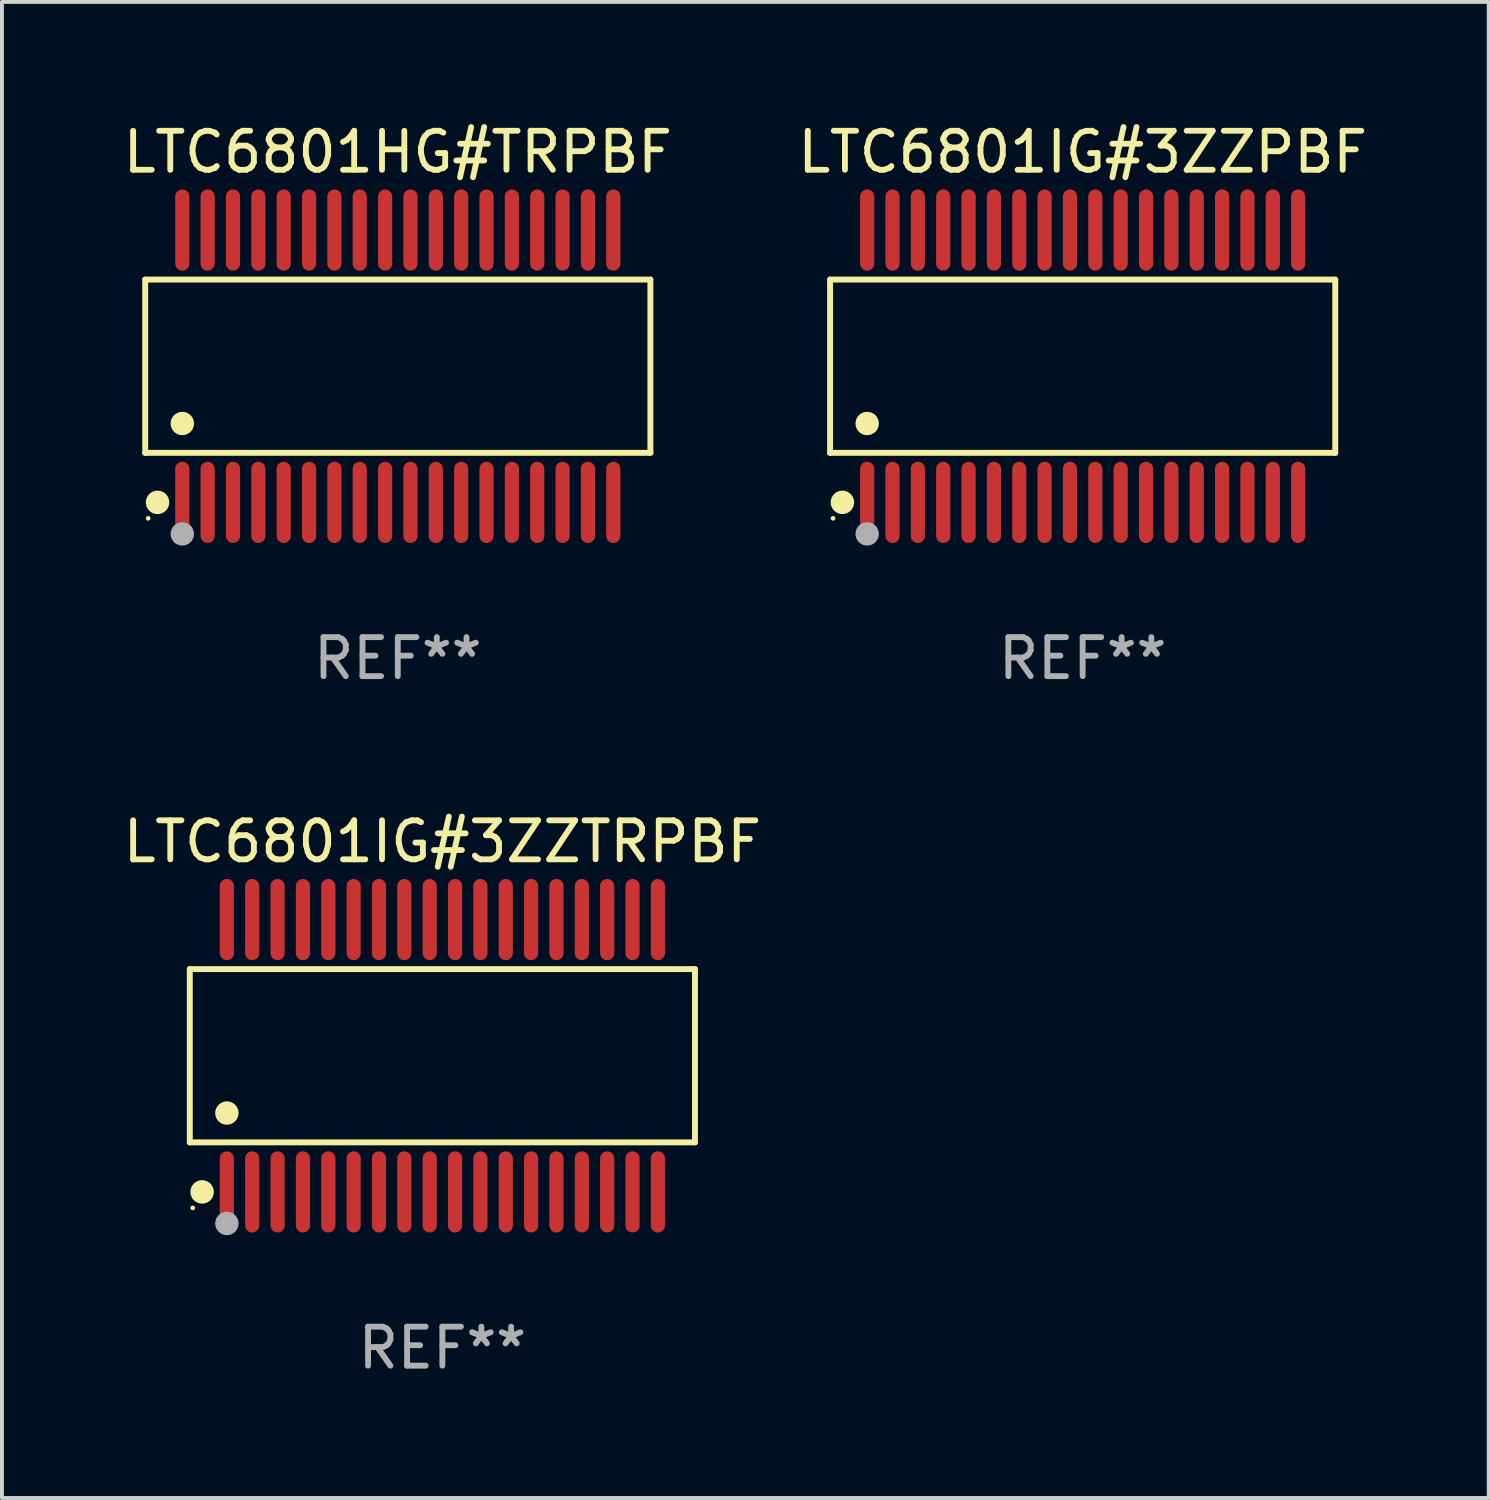
<source format=kicad_pcb>
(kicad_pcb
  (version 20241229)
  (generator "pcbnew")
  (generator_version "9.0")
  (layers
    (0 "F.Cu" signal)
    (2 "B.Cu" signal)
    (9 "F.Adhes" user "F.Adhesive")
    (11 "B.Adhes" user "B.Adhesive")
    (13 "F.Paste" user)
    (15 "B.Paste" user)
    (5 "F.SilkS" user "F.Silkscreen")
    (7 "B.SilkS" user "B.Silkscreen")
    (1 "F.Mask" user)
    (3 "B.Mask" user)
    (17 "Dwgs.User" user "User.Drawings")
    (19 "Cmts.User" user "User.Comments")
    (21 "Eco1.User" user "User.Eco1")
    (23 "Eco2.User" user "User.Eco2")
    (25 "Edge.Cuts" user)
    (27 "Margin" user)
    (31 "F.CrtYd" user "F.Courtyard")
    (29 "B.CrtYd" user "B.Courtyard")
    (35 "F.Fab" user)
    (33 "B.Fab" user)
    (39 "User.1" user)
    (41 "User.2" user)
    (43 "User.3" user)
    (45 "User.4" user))
  (footprint "LTC6801HG#TRPBF"
    (layer "F.Cu")
    (at 7.149 6.339)
    (property "Reference" "LTC6801HG#TRPBF" (at 0 -5.491 0) (layer "F.SilkS") (effects (font (size 1 1) (thickness 0.15))))
    (attr through_hole)
    (fp_line (start -6.476 -2.221) (end 6.476 -2.221) (stroke (width 0.152) (type solid)) (layer "F.SilkS"))
    (fp_line (start -6.476 2.221) (end -6.476 -2.221) (stroke (width 0.152) (type solid)) (layer "F.SilkS"))
    (fp_line (start 6.476 -2.221) (end 6.476 2.221) (stroke (width 0.152) (type solid)) (layer "F.SilkS"))
    (fp_line (start 6.476 2.221) (end -6.476 2.221) (stroke (width 0.152) (type solid)) (layer "F.SilkS"))
    (fp_circle (center -6.4 3.9) (end -6.37 3.9) (stroke (width 0.06) (type solid)) (fill no) (layer "F.SilkS"))
    (fp_circle (center -6.16 3.491) (end -6.009 3.491) (stroke (width 0.3) (type solid)) (fill no) (layer "F.SilkS"))
    (fp_circle (center -5.525 1.469) (end -5.375 1.469) (stroke (width 0.3) (type solid)) (fill no) (layer "F.SilkS"))
    (fp_circle (center -5.525 4.3) (end -5.375 4.3) (stroke (width 0.3) (type solid)) (fill no) (layer "F.Fab"))
    (fp_text user "REF**" (at 0 7.491 0) (layer "F.Fab") (effects (font (size 1 1) (thickness 0.15))))
    (pad "1" smd oval (at -5.525 3.491) (size 0.364 2.082) (layers "F.Cu" "F.Mask" "F.Paste"))
    (pad "2" smd oval (at -4.875 3.491) (size 0.364 2.082) (layers "F.Cu" "F.Mask" "F.Paste"))
    (pad "3" smd oval (at -4.225 3.491) (size 0.364 2.082) (layers "F.Cu" "F.Mask" "F.Paste"))
    (pad "4" smd oval (at -3.575 3.491) (size 0.364 2.082) (layers "F.Cu" "F.Mask" "F.Paste"))
    (pad "5" smd oval (at -2.925 3.491) (size 0.364 2.082) (layers "F.Cu" "F.Mask" "F.Paste"))
    (pad "6" smd oval (at -2.275 3.491) (size 0.364 2.082) (layers "F.Cu" "F.Mask" "F.Paste"))
    (pad "7" smd oval (at -1.625 3.491) (size 0.364 2.082) (layers "F.Cu" "F.Mask" "F.Paste"))
    (pad "8" smd oval (at -0.975 3.491) (size 0.364 2.082) (layers "F.Cu" "F.Mask" "F.Paste"))
    (pad "9" smd oval (at -0.325 3.491) (size 0.364 2.082) (layers "F.Cu" "F.Mask" "F.Paste"))
    (pad "10" smd oval (at 0.325 3.491) (size 0.364 2.082) (layers "F.Cu" "F.Mask" "F.Paste"))
    (pad "11" smd oval (at 0.975 3.491) (size 0.364 2.082) (layers "F.Cu" "F.Mask" "F.Paste"))
    (pad "12" smd oval (at 1.625 3.491) (size 0.364 2.082) (layers "F.Cu" "F.Mask" "F.Paste"))
    (pad "13" smd oval (at 2.275 3.491) (size 0.364 2.082) (layers "F.Cu" "F.Mask" "F.Paste"))
    (pad "14" smd oval (at 2.925 3.491) (size 0.364 2.082) (layers "F.Cu" "F.Mask" "F.Paste"))
    (pad "15" smd oval (at 3.575 3.491) (size 0.364 2.082) (layers "F.Cu" "F.Mask" "F.Paste"))
    (pad "16" smd oval (at 4.225 3.491) (size 0.364 2.082) (layers "F.Cu" "F.Mask" "F.Paste"))
    (pad "17" smd oval (at 4.875 3.491) (size 0.364 2.082) (layers "F.Cu" "F.Mask" "F.Paste"))
    (pad "18" smd oval (at 5.525 3.491) (size 0.364 2.082) (layers "F.Cu" "F.Mask" "F.Paste"))
    (pad "19" smd oval (at 5.525 -3.491) (size 0.364 2.082) (layers "F.Cu" "F.Mask" "F.Paste"))
    (pad "20" smd oval (at 4.875 -3.491) (size 0.364 2.082) (layers "F.Cu" "F.Mask" "F.Paste"))
    (pad "21" smd oval (at 4.225 -3.491) (size 0.364 2.082) (layers "F.Cu" "F.Mask" "F.Paste"))
    (pad "22" smd oval (at 3.575 -3.491) (size 0.364 2.082) (layers "F.Cu" "F.Mask" "F.Paste"))
    (pad "23" smd oval (at 2.925 -3.491) (size 0.364 2.082) (layers "F.Cu" "F.Mask" "F.Paste"))
    (pad "24" smd oval (at 2.275 -3.491) (size 0.364 2.082) (layers "F.Cu" "F.Mask" "F.Paste"))
    (pad "25" smd oval (at 1.625 -3.491) (size 0.364 2.082) (layers "F.Cu" "F.Mask" "F.Paste"))
    (pad "26" smd oval (at 0.975 -3.491) (size 0.364 2.082) (layers "F.Cu" "F.Mask" "F.Paste"))
    (pad "27" smd oval (at 0.325 -3.491) (size 0.364 2.082) (layers "F.Cu" "F.Mask" "F.Paste"))
    (pad "28" smd oval (at -0.325 -3.491) (size 0.364 2.082) (layers "F.Cu" "F.Mask" "F.Paste"))
    (pad "29" smd oval (at -0.975 -3.491) (size 0.364 2.082) (layers "F.Cu" "F.Mask" "F.Paste"))
    (pad "30" smd oval (at -1.625 -3.491) (size 0.364 2.082) (layers "F.Cu" "F.Mask" "F.Paste"))
    (pad "31" smd oval (at -2.275 -3.491) (size 0.364 2.082) (layers "F.Cu" "F.Mask" "F.Paste"))
    (pad "32" smd oval (at -2.925 -3.491) (size 0.364 2.082) (layers "F.Cu" "F.Mask" "F.Paste"))
    (pad "33" smd oval (at -3.575 -3.491) (size 0.364 2.082) (layers "F.Cu" "F.Mask" "F.Paste"))
    (pad "34" smd oval (at -4.225 -3.491) (size 0.364 2.082) (layers "F.Cu" "F.Mask" "F.Paste"))
    (pad "35" smd oval (at -4.875 -3.491) (size 0.364 2.082) (layers "F.Cu" "F.Mask" "F.Paste"))
    (pad "36" smd oval (at -5.525 -3.491) (size 0.364 2.082) (layers "F.Cu" "F.Mask" "F.Paste")))
  (footprint "LTC6801IG#3ZZTRPBF"
    (layer "F.Cu")
    (at 8.292 24.018)
    (property "Reference" "LTC6801IG#3ZZTRPBF" (at 0 -5.491 0) (layer "F.SilkS") (effects (font (size 1 1) (thickness 0.15))))
    (attr through_hole)
    (fp_line (start -6.476 -2.221) (end 6.476 -2.221) (stroke (width 0.152) (type solid)) (layer "F.SilkS"))
    (fp_line (start -6.476 2.221) (end -6.476 -2.221) (stroke (width 0.152) (type solid)) (layer "F.SilkS"))
    (fp_line (start 6.476 -2.221) (end 6.476 2.221) (stroke (width 0.152) (type solid)) (layer "F.SilkS"))
    (fp_line (start 6.476 2.221) (end -6.476 2.221) (stroke (width 0.152) (type solid)) (layer "F.SilkS"))
    (fp_circle (center -6.4 3.9) (end -6.37 3.9) (stroke (width 0.06) (type solid)) (fill no) (layer "F.SilkS"))
    (fp_circle (center -6.16 3.491) (end -6.009 3.491) (stroke (width 0.3) (type solid)) (fill no) (layer "F.SilkS"))
    (fp_circle (center -5.525 1.469) (end -5.375 1.469) (stroke (width 0.3) (type solid)) (fill no) (layer "F.SilkS"))
    (fp_circle (center -5.525 4.3) (end -5.375 4.3) (stroke (width 0.3) (type solid)) (fill no) (layer "F.Fab"))
    (fp_text user "REF**" (at 0 7.491 0) (layer "F.Fab") (effects (font (size 1 1) (thickness 0.15))))
    (pad "1" smd oval (at -5.525 3.491) (size 0.364 2.082) (layers "F.Cu" "F.Mask" "F.Paste"))
    (pad "2" smd oval (at -4.875 3.491) (size 0.364 2.082) (layers "F.Cu" "F.Mask" "F.Paste"))
    (pad "3" smd oval (at -4.225 3.491) (size 0.364 2.082) (layers "F.Cu" "F.Mask" "F.Paste"))
    (pad "4" smd oval (at -3.575 3.491) (size 0.364 2.082) (layers "F.Cu" "F.Mask" "F.Paste"))
    (pad "5" smd oval (at -2.925 3.491) (size 0.364 2.082) (layers "F.Cu" "F.Mask" "F.Paste"))
    (pad "6" smd oval (at -2.275 3.491) (size 0.364 2.082) (layers "F.Cu" "F.Mask" "F.Paste"))
    (pad "7" smd oval (at -1.625 3.491) (size 0.364 2.082) (layers "F.Cu" "F.Mask" "F.Paste"))
    (pad "8" smd oval (at -0.975 3.491) (size 0.364 2.082) (layers "F.Cu" "F.Mask" "F.Paste"))
    (pad "9" smd oval (at -0.325 3.491) (size 0.364 2.082) (layers "F.Cu" "F.Mask" "F.Paste"))
    (pad "10" smd oval (at 0.325 3.491) (size 0.364 2.082) (layers "F.Cu" "F.Mask" "F.Paste"))
    (pad "11" smd oval (at 0.975 3.491) (size 0.364 2.082) (layers "F.Cu" "F.Mask" "F.Paste"))
    (pad "12" smd oval (at 1.625 3.491) (size 0.364 2.082) (layers "F.Cu" "F.Mask" "F.Paste"))
    (pad "13" smd oval (at 2.275 3.491) (size 0.364 2.082) (layers "F.Cu" "F.Mask" "F.Paste"))
    (pad "14" smd oval (at 2.925 3.491) (size 0.364 2.082) (layers "F.Cu" "F.Mask" "F.Paste"))
    (pad "15" smd oval (at 3.575 3.491) (size 0.364 2.082) (layers "F.Cu" "F.Mask" "F.Paste"))
    (pad "16" smd oval (at 4.225 3.491) (size 0.364 2.082) (layers "F.Cu" "F.Mask" "F.Paste"))
    (pad "17" smd oval (at 4.875 3.491) (size 0.364 2.082) (layers "F.Cu" "F.Mask" "F.Paste"))
    (pad "18" smd oval (at 5.525 3.491) (size 0.364 2.082) (layers "F.Cu" "F.Mask" "F.Paste"))
    (pad "19" smd oval (at 5.525 -3.491) (size 0.364 2.082) (layers "F.Cu" "F.Mask" "F.Paste"))
    (pad "20" smd oval (at 4.875 -3.491) (size 0.364 2.082) (layers "F.Cu" "F.Mask" "F.Paste"))
    (pad "21" smd oval (at 4.225 -3.491) (size 0.364 2.082) (layers "F.Cu" "F.Mask" "F.Paste"))
    (pad "22" smd oval (at 3.575 -3.491) (size 0.364 2.082) (layers "F.Cu" "F.Mask" "F.Paste"))
    (pad "23" smd oval (at 2.925 -3.491) (size 0.364 2.082) (layers "F.Cu" "F.Mask" "F.Paste"))
    (pad "24" smd oval (at 2.275 -3.491) (size 0.364 2.082) (layers "F.Cu" "F.Mask" "F.Paste"))
    (pad "25" smd oval (at 1.625 -3.491) (size 0.364 2.082) (layers "F.Cu" "F.Mask" "F.Paste"))
    (pad "26" smd oval (at 0.975 -3.491) (size 0.364 2.082) (layers "F.Cu" "F.Mask" "F.Paste"))
    (pad "27" smd oval (at 0.325 -3.491) (size 0.364 2.082) (layers "F.Cu" "F.Mask" "F.Paste"))
    (pad "28" smd oval (at -0.325 -3.491) (size 0.364 2.082) (layers "F.Cu" "F.Mask" "F.Paste"))
    (pad "29" smd oval (at -0.975 -3.491) (size 0.364 2.082) (layers "F.Cu" "F.Mask" "F.Paste"))
    (pad "30" smd oval (at -1.625 -3.491) (size 0.364 2.082) (layers "F.Cu" "F.Mask" "F.Paste"))
    (pad "31" smd oval (at -2.275 -3.491) (size 0.364 2.082) (layers "F.Cu" "F.Mask" "F.Paste"))
    (pad "32" smd oval (at -2.925 -3.491) (size 0.364 2.082) (layers "F.Cu" "F.Mask" "F.Paste"))
    (pad "33" smd oval (at -3.575 -3.491) (size 0.364 2.082) (layers "F.Cu" "F.Mask" "F.Paste"))
    (pad "34" smd oval (at -4.225 -3.491) (size 0.364 2.082) (layers "F.Cu" "F.Mask" "F.Paste"))
    (pad "35" smd oval (at -4.875 -3.491) (size 0.364 2.082) (layers "F.Cu" "F.Mask" "F.Paste"))
    (pad "36" smd oval (at -5.525 -3.491) (size 0.364 2.082) (layers "F.Cu" "F.Mask" "F.Paste")))
  (footprint "LTC6801IG#3ZZPBF"
    (layer "F.Cu")
    (at 24.708 6.339)
    (property "Reference" "LTC6801IG#3ZZPBF" (at 0 -5.491 0) (layer "F.SilkS") (effects (font (size 1 1) (thickness 0.15))))
    (attr through_hole)
    (fp_line (start -6.476 -2.221) (end 6.476 -2.221) (stroke (width 0.152) (type solid)) (layer "F.SilkS"))
    (fp_line (start -6.476 2.221) (end -6.476 -2.221) (stroke (width 0.152) (type solid)) (layer "F.SilkS"))
    (fp_line (start 6.476 -2.221) (end 6.476 2.221) (stroke (width 0.152) (type solid)) (layer "F.SilkS"))
    (fp_line (start 6.476 2.221) (end -6.476 2.221) (stroke (width 0.152) (type solid)) (layer "F.SilkS"))
    (fp_circle (center -6.4 3.9) (end -6.37 3.9) (stroke (width 0.06) (type solid)) (fill no) (layer "F.SilkS"))
    (fp_circle (center -6.16 3.491) (end -6.009 3.491) (stroke (width 0.3) (type solid)) (fill no) (layer "F.SilkS"))
    (fp_circle (center -5.525 1.469) (end -5.375 1.469) (stroke (width 0.3) (type solid)) (fill no) (layer "F.SilkS"))
    (fp_circle (center -5.525 4.3) (end -5.375 4.3) (stroke (width 0.3) (type solid)) (fill no) (layer "F.Fab"))
    (fp_text user "REF**" (at 0 7.491 0) (layer "F.Fab") (effects (font (size 1 1) (thickness 0.15))))
    (pad "1" smd oval (at -5.525 3.491) (size 0.364 2.082) (layers "F.Cu" "F.Mask" "F.Paste"))
    (pad "2" smd oval (at -4.875 3.491) (size 0.364 2.082) (layers "F.Cu" "F.Mask" "F.Paste"))
    (pad "3" smd oval (at -4.225 3.491) (size 0.364 2.082) (layers "F.Cu" "F.Mask" "F.Paste"))
    (pad "4" smd oval (at -3.575 3.491) (size 0.364 2.082) (layers "F.Cu" "F.Mask" "F.Paste"))
    (pad "5" smd oval (at -2.925 3.491) (size 0.364 2.082) (layers "F.Cu" "F.Mask" "F.Paste"))
    (pad "6" smd oval (at -2.275 3.491) (size 0.364 2.082) (layers "F.Cu" "F.Mask" "F.Paste"))
    (pad "7" smd oval (at -1.625 3.491) (size 0.364 2.082) (layers "F.Cu" "F.Mask" "F.Paste"))
    (pad "8" smd oval (at -0.975 3.491) (size 0.364 2.082) (layers "F.Cu" "F.Mask" "F.Paste"))
    (pad "9" smd oval (at -0.325 3.491) (size 0.364 2.082) (layers "F.Cu" "F.Mask" "F.Paste"))
    (pad "10" smd oval (at 0.325 3.491) (size 0.364 2.082) (layers "F.Cu" "F.Mask" "F.Paste"))
    (pad "11" smd oval (at 0.975 3.491) (size 0.364 2.082) (layers "F.Cu" "F.Mask" "F.Paste"))
    (pad "12" smd oval (at 1.625 3.491) (size 0.364 2.082) (layers "F.Cu" "F.Mask" "F.Paste"))
    (pad "13" smd oval (at 2.275 3.491) (size 0.364 2.082) (layers "F.Cu" "F.Mask" "F.Paste"))
    (pad "14" smd oval (at 2.925 3.491) (size 0.364 2.082) (layers "F.Cu" "F.Mask" "F.Paste"))
    (pad "15" smd oval (at 3.575 3.491) (size 0.364 2.082) (layers "F.Cu" "F.Mask" "F.Paste"))
    (pad "16" smd oval (at 4.225 3.491) (size 0.364 2.082) (layers "F.Cu" "F.Mask" "F.Paste"))
    (pad "17" smd oval (at 4.875 3.491) (size 0.364 2.082) (layers "F.Cu" "F.Mask" "F.Paste"))
    (pad "18" smd oval (at 5.525 3.491) (size 0.364 2.082) (layers "F.Cu" "F.Mask" "F.Paste"))
    (pad "19" smd oval (at 5.525 -3.491) (size 0.364 2.082) (layers "F.Cu" "F.Mask" "F.Paste"))
    (pad "20" smd oval (at 4.875 -3.491) (size 0.364 2.082) (layers "F.Cu" "F.Mask" "F.Paste"))
    (pad "21" smd oval (at 4.225 -3.491) (size 0.364 2.082) (layers "F.Cu" "F.Mask" "F.Paste"))
    (pad "22" smd oval (at 3.575 -3.491) (size 0.364 2.082) (layers "F.Cu" "F.Mask" "F.Paste"))
    (pad "23" smd oval (at 2.925 -3.491) (size 0.364 2.082) (layers "F.Cu" "F.Mask" "F.Paste"))
    (pad "24" smd oval (at 2.275 -3.491) (size 0.364 2.082) (layers "F.Cu" "F.Mask" "F.Paste"))
    (pad "25" smd oval (at 1.625 -3.491) (size 0.364 2.082) (layers "F.Cu" "F.Mask" "F.Paste"))
    (pad "26" smd oval (at 0.975 -3.491) (size 0.364 2.082) (layers "F.Cu" "F.Mask" "F.Paste"))
    (pad "27" smd oval (at 0.325 -3.491) (size 0.364 2.082) (layers "F.Cu" "F.Mask" "F.Paste"))
    (pad "28" smd oval (at -0.325 -3.491) (size 0.364 2.082) (layers "F.Cu" "F.Mask" "F.Paste"))
    (pad "29" smd oval (at -0.975 -3.491) (size 0.364 2.082) (layers "F.Cu" "F.Mask" "F.Paste"))
    (pad "30" smd oval (at -1.625 -3.491) (size 0.364 2.082) (layers "F.Cu" "F.Mask" "F.Paste"))
    (pad "31" smd oval (at -2.275 -3.491) (size 0.364 2.082) (layers "F.Cu" "F.Mask" "F.Paste"))
    (pad "32" smd oval (at -2.925 -3.491) (size 0.364 2.082) (layers "F.Cu" "F.Mask" "F.Paste"))
    (pad "33" smd oval (at -3.575 -3.491) (size 0.364 2.082) (layers "F.Cu" "F.Mask" "F.Paste"))
    (pad "34" smd oval (at -4.225 -3.491) (size 0.364 2.082) (layers "F.Cu" "F.Mask" "F.Paste"))
    (pad "35" smd oval (at -4.875 -3.491) (size 0.364 2.082) (layers "F.Cu" "F.Mask" "F.Paste"))
    (pad "36" smd oval (at -5.525 -3.491) (size 0.364 2.082) (layers "F.Cu" "F.Mask" "F.Paste")))
  (gr_rect
    (start -3 -3)
    (end 35.119 35.357)
    (stroke (width 0.1) (type default))
    (fill no)
    (layer "Edge.Cuts")))
</source>
